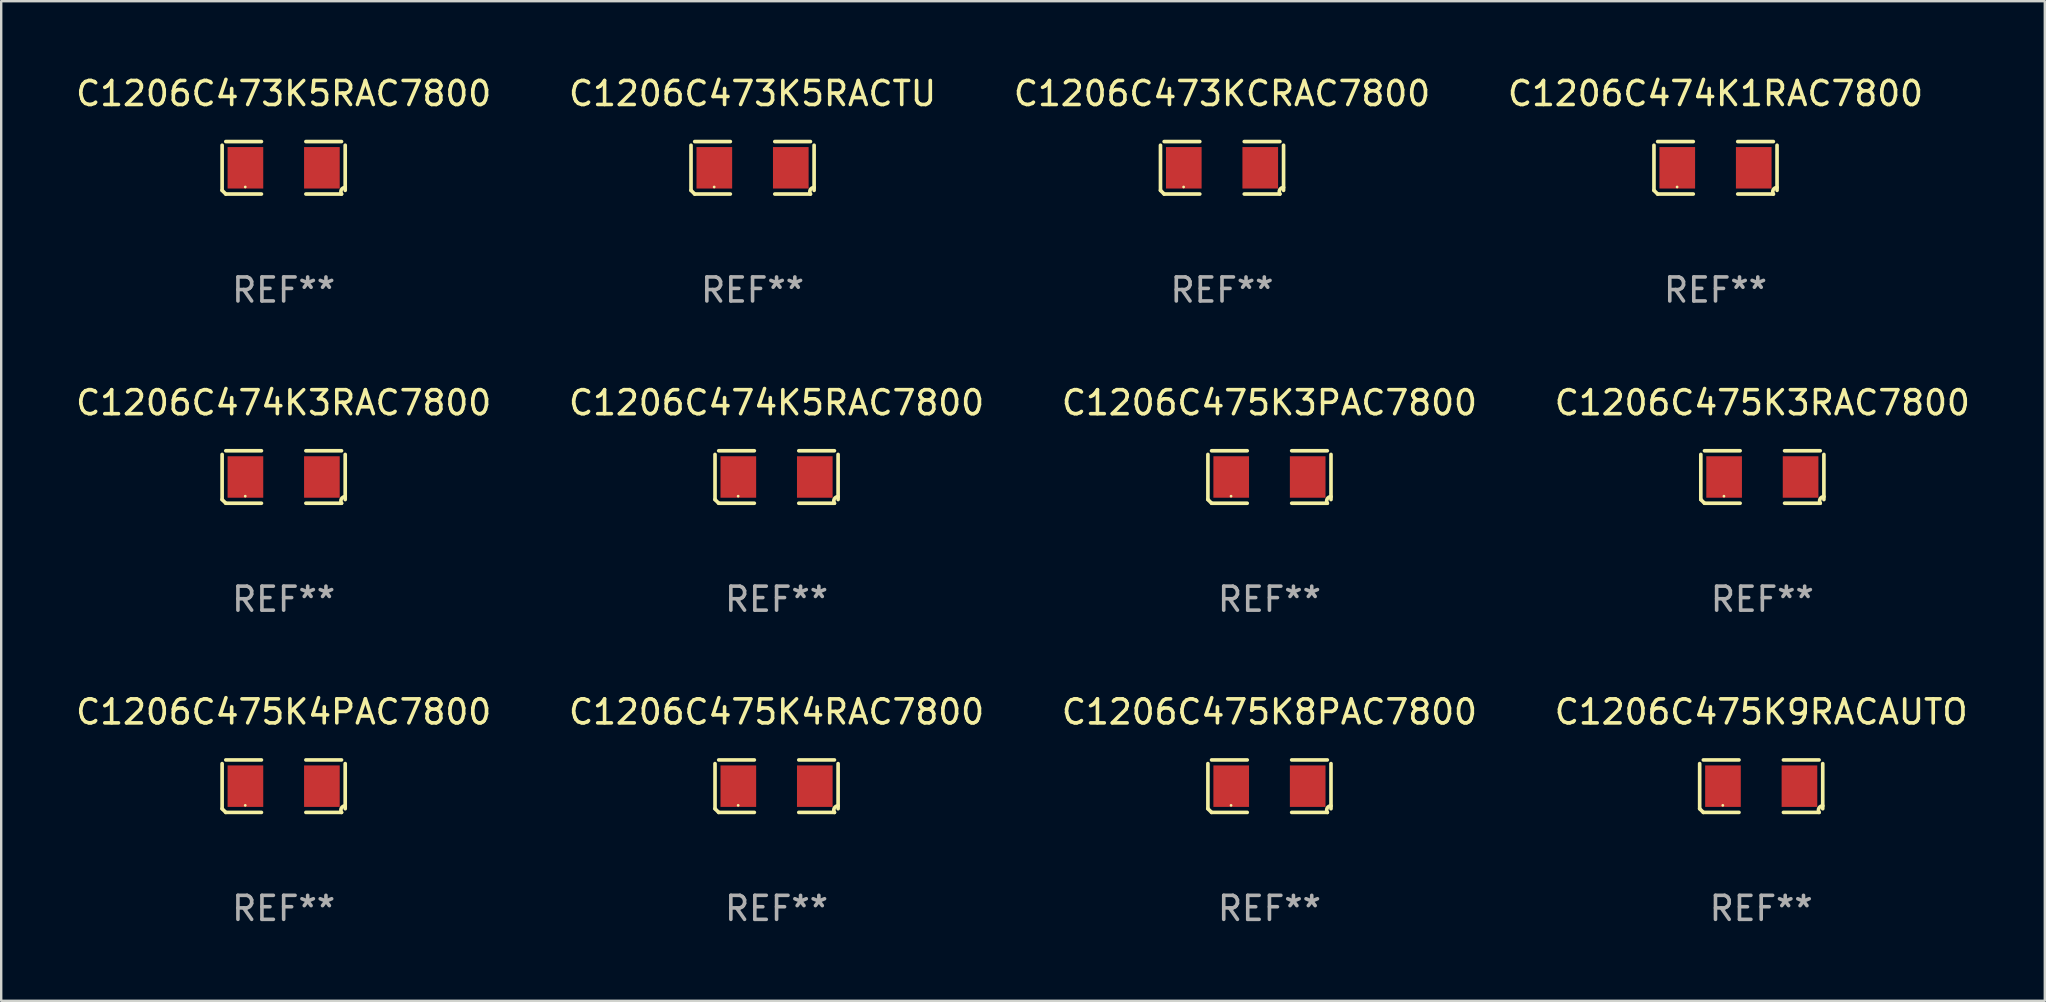
<source format=kicad_pcb>
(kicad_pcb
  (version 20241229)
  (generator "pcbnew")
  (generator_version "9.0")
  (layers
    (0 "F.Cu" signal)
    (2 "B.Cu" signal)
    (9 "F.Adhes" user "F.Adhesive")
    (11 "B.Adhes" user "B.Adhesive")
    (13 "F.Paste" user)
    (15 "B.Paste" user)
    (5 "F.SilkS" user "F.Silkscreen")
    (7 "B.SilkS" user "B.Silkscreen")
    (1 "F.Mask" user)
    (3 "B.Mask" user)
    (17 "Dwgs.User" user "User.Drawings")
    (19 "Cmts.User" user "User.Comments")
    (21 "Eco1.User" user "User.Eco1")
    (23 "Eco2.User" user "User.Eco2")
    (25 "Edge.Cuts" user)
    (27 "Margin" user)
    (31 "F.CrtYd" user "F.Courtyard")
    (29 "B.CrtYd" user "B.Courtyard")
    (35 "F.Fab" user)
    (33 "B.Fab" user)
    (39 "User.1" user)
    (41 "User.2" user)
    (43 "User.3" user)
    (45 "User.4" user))
  (footprint "C1206C474K5RAC7800"
    (layer "F.Cu")
    (at 29.304 16.823)
    (property "Reference" "C1206C474K5RAC7800" (at 0 -3.093 0) (layer "F.SilkS") (effects (font (size 1 1) (thickness 0.15))))
    (attr through_hole)
    (fp_line (start -2.564 0.94) (end -2.564 -0.94) (stroke (width 0.152) (type solid)) (layer "F.SilkS"))
    (fp_line (start -2.411 -1.093) (end -0.926 -1.093) (stroke (width 0.152) (type solid)) (layer "F.SilkS"))
    (fp_line (start -0.926 1.093) (end -2.411 1.093) (stroke (width 0.152) (type solid)) (layer "F.SilkS"))
    (fp_line (start 0.926 1.093) (end 2.411 1.093) (stroke (width 0.152) (type solid)) (layer "F.SilkS"))
    (fp_line (start 2.411 -1.093) (end 0.926 -1.093) (stroke (width 0.152) (type solid)) (layer "F.SilkS"))
    (fp_line (start 2.564 0.94) (end 2.564 -0.94) (stroke (width 0.152) (type solid)) (layer "F.SilkS"))
    (fp_arc (start -2.411201 1.092609) (mid -2.487413 1.01642) (end -2.563602 0.940208) (stroke (width 0.1524) (type solid)) (layer "F.SilkS"))
    (fp_arc (start 2.411201 1.092609) (mid 2.407159 0.911226) (end 2.563602 0.819347) (stroke (width 0.1524) (type solid)) (layer "F.SilkS"))
    (fp_circle (center -1.6 0.8) (end -1.57 0.8) (stroke (width 0.06) (type solid)) (fill no) (layer "F.SilkS"))
    (fp_text user "REF**" (at 0 5.093 0) (layer "F.Fab") (effects (font (size 1 1) (thickness 0.15))))
    (pad "1" smd rect (at -1.593 0) (size 1.485 1.728) (layers "F.Cu" "F.Mask" "F.Paste"))
    (pad "2" smd rect (at 1.593 0) (size 1.485 1.728) (layers "F.Cu" "F.Mask" "F.Paste")))
  (footprint "C1206C475K3PAC7800"
    (layer "F.Cu")
    (at 49.839 16.823)
    (property "Reference" "C1206C475K3PAC7800" (at 0 -3.093 0) (layer "F.SilkS") (effects (font (size 1 1) (thickness 0.15))))
    (attr through_hole)
    (fp_line (start -2.564 0.94) (end -2.564 -0.94) (stroke (width 0.152) (type solid)) (layer "F.SilkS"))
    (fp_line (start -2.411 -1.093) (end -0.926 -1.093) (stroke (width 0.152) (type solid)) (layer "F.SilkS"))
    (fp_line (start -0.926 1.093) (end -2.411 1.093) (stroke (width 0.152) (type solid)) (layer "F.SilkS"))
    (fp_line (start 0.926 1.093) (end 2.411 1.093) (stroke (width 0.152) (type solid)) (layer "F.SilkS"))
    (fp_line (start 2.411 -1.093) (end 0.926 -1.093) (stroke (width 0.152) (type solid)) (layer "F.SilkS"))
    (fp_line (start 2.564 0.94) (end 2.564 -0.94) (stroke (width 0.152) (type solid)) (layer "F.SilkS"))
    (fp_arc (start -2.411201 1.092609) (mid -2.487413 1.01642) (end -2.563602 0.940208) (stroke (width 0.1524) (type solid)) (layer "F.SilkS"))
    (fp_arc (start 2.411201 1.092609) (mid 2.407159 0.911226) (end 2.563602 0.819347) (stroke (width 0.1524) (type solid)) (layer "F.SilkS"))
    (fp_circle (center -1.6 0.8) (end -1.57 0.8) (stroke (width 0.06) (type solid)) (fill no) (layer "F.SilkS"))
    (fp_text user "REF**" (at 0 5.093 0) (layer "F.Fab") (effects (font (size 1 1) (thickness 0.15))))
    (pad "1" smd rect (at -1.593 0) (size 1.485 1.728) (layers "F.Cu" "F.Mask" "F.Paste"))
    (pad "2" smd rect (at 1.593 0) (size 1.485 1.728) (layers "F.Cu" "F.Mask" "F.Paste")))
  (footprint "C1206C475K4RAC7800"
    (layer "F.Cu")
    (at 29.304 29.704)
    (property "Reference" "C1206C475K4RAC7800" (at 0 -3.093 0) (layer "F.SilkS") (effects (font (size 1 1) (thickness 0.15))))
    (attr through_hole)
    (fp_line (start -2.564 0.94) (end -2.564 -0.94) (stroke (width 0.152) (type solid)) (layer "F.SilkS"))
    (fp_line (start -2.411 -1.093) (end -0.926 -1.093) (stroke (width 0.152) (type solid)) (layer "F.SilkS"))
    (fp_line (start -0.926 1.093) (end -2.411 1.093) (stroke (width 0.152) (type solid)) (layer "F.SilkS"))
    (fp_line (start 0.926 1.093) (end 2.411 1.093) (stroke (width 0.152) (type solid)) (layer "F.SilkS"))
    (fp_line (start 2.411 -1.093) (end 0.926 -1.093) (stroke (width 0.152) (type solid)) (layer "F.SilkS"))
    (fp_line (start 2.564 0.94) (end 2.564 -0.94) (stroke (width 0.152) (type solid)) (layer "F.SilkS"))
    (fp_arc (start -2.411201 1.092609) (mid -2.487413 1.01642) (end -2.563602 0.940208) (stroke (width 0.1524) (type solid)) (layer "F.SilkS"))
    (fp_arc (start 2.411201 1.092609) (mid 2.407159 0.911226) (end 2.563602 0.819347) (stroke (width 0.1524) (type solid)) (layer "F.SilkS"))
    (fp_circle (center -1.6 0.8) (end -1.57 0.8) (stroke (width 0.06) (type solid)) (fill no) (layer "F.SilkS"))
    (fp_text user "REF**" (at 0 5.093 0) (layer "F.Fab") (effects (font (size 1 1) (thickness 0.15))))
    (pad "1" smd rect (at -1.593 0) (size 1.485 1.728) (layers "F.Cu" "F.Mask" "F.Paste"))
    (pad "2" smd rect (at 1.593 0) (size 1.485 1.728) (layers "F.Cu" "F.Mask" "F.Paste")))
  (footprint "C1206C475K8PAC7800"
    (layer "F.Cu")
    (at 49.839 29.704)
    (property "Reference" "C1206C475K8PAC7800" (at 0 -3.093 0) (layer "F.SilkS") (effects (font (size 1 1) (thickness 0.15))))
    (attr through_hole)
    (fp_line (start -2.564 0.94) (end -2.564 -0.94) (stroke (width 0.152) (type solid)) (layer "F.SilkS"))
    (fp_line (start -2.411 -1.093) (end -0.926 -1.093) (stroke (width 0.152) (type solid)) (layer "F.SilkS"))
    (fp_line (start -0.926 1.093) (end -2.411 1.093) (stroke (width 0.152) (type solid)) (layer "F.SilkS"))
    (fp_line (start 0.926 1.093) (end 2.411 1.093) (stroke (width 0.152) (type solid)) (layer "F.SilkS"))
    (fp_line (start 2.411 -1.093) (end 0.926 -1.093) (stroke (width 0.152) (type solid)) (layer "F.SilkS"))
    (fp_line (start 2.564 0.94) (end 2.564 -0.94) (stroke (width 0.152) (type solid)) (layer "F.SilkS"))
    (fp_arc (start -2.411201 1.092609) (mid -2.487413 1.01642) (end -2.563602 0.940208) (stroke (width 0.1524) (type solid)) (layer "F.SilkS"))
    (fp_arc (start 2.411201 1.092609) (mid 2.407159 0.911226) (end 2.563602 0.819347) (stroke (width 0.1524) (type solid)) (layer "F.SilkS"))
    (fp_circle (center -1.6 0.8) (end -1.57 0.8) (stroke (width 0.06) (type solid)) (fill no) (layer "F.SilkS"))
    (fp_text user "REF**" (at 0 5.093 0) (layer "F.Fab") (effects (font (size 1 1) (thickness 0.15))))
    (pad "1" smd rect (at -1.593 0) (size 1.485 1.728) (layers "F.Cu" "F.Mask" "F.Paste"))
    (pad "2" smd rect (at 1.593 0) (size 1.485 1.728) (layers "F.Cu" "F.Mask" "F.Paste")))
  (footprint "C1206C473K5RACTU"
    (layer "F.Cu")
    (at 28.304 3.941)
    (property "Reference" "C1206C473K5RACTU" (at 0 -3.093 0) (layer "F.SilkS") (effects (font (size 1 1) (thickness 0.15))))
    (attr through_hole)
    (fp_line (start -2.564 0.94) (end -2.564 -0.94) (stroke (width 0.152) (type solid)) (layer "F.SilkS"))
    (fp_line (start -2.411 -1.093) (end -0.926 -1.093) (stroke (width 0.152) (type solid)) (layer "F.SilkS"))
    (fp_line (start -0.926 1.093) (end -2.411 1.093) (stroke (width 0.152) (type solid)) (layer "F.SilkS"))
    (fp_line (start 0.926 1.093) (end 2.411 1.093) (stroke (width 0.152) (type solid)) (layer "F.SilkS"))
    (fp_line (start 2.411 -1.093) (end 0.926 -1.093) (stroke (width 0.152) (type solid)) (layer "F.SilkS"))
    (fp_line (start 2.564 0.94) (end 2.564 -0.94) (stroke (width 0.152) (type solid)) (layer "F.SilkS"))
    (fp_arc (start -2.411201 1.092609) (mid -2.487413 1.01642) (end -2.563602 0.940208) (stroke (width 0.1524) (type solid)) (layer "F.SilkS"))
    (fp_arc (start 2.411201 1.092609) (mid 2.407159 0.911226) (end 2.563602 0.819347) (stroke (width 0.1524) (type solid)) (layer "F.SilkS"))
    (fp_circle (center -1.6 0.8) (end -1.57 0.8) (stroke (width 0.06) (type solid)) (fill no) (layer "F.SilkS"))
    (fp_text user "REF**" (at 0 5.093 0) (layer "F.Fab") (effects (font (size 1 1) (thickness 0.15))))
    (pad "1" smd rect (at -1.593 0) (size 1.485 1.728) (layers "F.Cu" "F.Mask" "F.Paste"))
    (pad "2" smd rect (at 1.593 0) (size 1.485 1.728) (layers "F.Cu" "F.Mask" "F.Paste")))
  (footprint "C1206C475K9RACAUTO"
    (layer "F.Cu")
    (at 70.327 29.704)
    (property "Reference" "C1206C475K9RACAUTO" (at 0 -3.093 0) (layer "F.SilkS") (effects (font (size 1 1) (thickness 0.15))))
    (attr through_hole)
    (fp_line (start -2.564 0.94) (end -2.564 -0.94) (stroke (width 0.152) (type solid)) (layer "F.SilkS"))
    (fp_line (start -2.411 -1.093) (end -0.926 -1.093) (stroke (width 0.152) (type solid)) (layer "F.SilkS"))
    (fp_line (start -0.926 1.093) (end -2.411 1.093) (stroke (width 0.152) (type solid)) (layer "F.SilkS"))
    (fp_line (start 0.926 1.093) (end 2.411 1.093) (stroke (width 0.152) (type solid)) (layer "F.SilkS"))
    (fp_line (start 2.411 -1.093) (end 0.926 -1.093) (stroke (width 0.152) (type solid)) (layer "F.SilkS"))
    (fp_line (start 2.564 0.94) (end 2.564 -0.94) (stroke (width 0.152) (type solid)) (layer "F.SilkS"))
    (fp_arc (start -2.411201 1.092609) (mid -2.487413 1.01642) (end -2.563602 0.940208) (stroke (width 0.1524) (type solid)) (layer "F.SilkS"))
    (fp_arc (start 2.411201 1.092609) (mid 2.407159 0.911226) (end 2.563602 0.819347) (stroke (width 0.1524) (type solid)) (layer "F.SilkS"))
    (fp_circle (center -1.6 0.8) (end -1.57 0.8) (stroke (width 0.06) (type solid)) (fill no) (layer "F.SilkS"))
    (fp_text user "REF**" (at 0 5.093 0) (layer "F.Fab") (effects (font (size 1 1) (thickness 0.15))))
    (pad "1" smd rect (at -1.593 0) (size 1.485 1.728) (layers "F.Cu" "F.Mask" "F.Paste"))
    (pad "2" smd rect (at 1.593 0) (size 1.485 1.728) (layers "F.Cu" "F.Mask" "F.Paste")))
  (footprint "C1206C473KCRAC7800"
    (layer "F.Cu")
    (at 47.863 3.941)
    (property "Reference" "C1206C473KCRAC7800" (at 0 -3.093 0) (layer "F.SilkS") (effects (font (size 1 1) (thickness 0.15))))
    (attr through_hole)
    (fp_line (start -2.564 0.94) (end -2.564 -0.94) (stroke (width 0.152) (type solid)) (layer "F.SilkS"))
    (fp_line (start -2.411 -1.093) (end -0.926 -1.093) (stroke (width 0.152) (type solid)) (layer "F.SilkS"))
    (fp_line (start -0.926 1.093) (end -2.411 1.093) (stroke (width 0.152) (type solid)) (layer "F.SilkS"))
    (fp_line (start 0.926 1.093) (end 2.411 1.093) (stroke (width 0.152) (type solid)) (layer "F.SilkS"))
    (fp_line (start 2.411 -1.093) (end 0.926 -1.093) (stroke (width 0.152) (type solid)) (layer "F.SilkS"))
    (fp_line (start 2.564 0.94) (end 2.564 -0.94) (stroke (width 0.152) (type solid)) (layer "F.SilkS"))
    (fp_arc (start -2.411201 1.092609) (mid -2.487413 1.01642) (end -2.563602 0.940208) (stroke (width 0.1524) (type solid)) (layer "F.SilkS"))
    (fp_arc (start 2.411201 1.092609) (mid 2.407159 0.911226) (end 2.563602 0.819347) (stroke (width 0.1524) (type solid)) (layer "F.SilkS"))
    (fp_circle (center -1.6 0.8) (end -1.57 0.8) (stroke (width 0.06) (type solid)) (fill no) (layer "F.SilkS"))
    (fp_text user "REF**" (at 0 5.093 0) (layer "F.Fab") (effects (font (size 1 1) (thickness 0.15))))
    (pad "1" smd rect (at -1.593 0) (size 1.485 1.728) (layers "F.Cu" "F.Mask" "F.Paste"))
    (pad "2" smd rect (at 1.593 0) (size 1.485 1.728) (layers "F.Cu" "F.Mask" "F.Paste")))
  (footprint "C1206C474K3RAC7800"
    (layer "F.Cu")
    (at 8.768 16.823)
    (property "Reference" "C1206C474K3RAC7800" (at 0 -3.093 0) (layer "F.SilkS") (effects (font (size 1 1) (thickness 0.15))))
    (attr through_hole)
    (fp_line (start -2.564 0.94) (end -2.564 -0.94) (stroke (width 0.152) (type solid)) (layer "F.SilkS"))
    (fp_line (start -2.411 -1.093) (end -0.926 -1.093) (stroke (width 0.152) (type solid)) (layer "F.SilkS"))
    (fp_line (start -0.926 1.093) (end -2.411 1.093) (stroke (width 0.152) (type solid)) (layer "F.SilkS"))
    (fp_line (start 0.926 1.093) (end 2.411 1.093) (stroke (width 0.152) (type solid)) (layer "F.SilkS"))
    (fp_line (start 2.411 -1.093) (end 0.926 -1.093) (stroke (width 0.152) (type solid)) (layer "F.SilkS"))
    (fp_line (start 2.564 0.94) (end 2.564 -0.94) (stroke (width 0.152) (type solid)) (layer "F.SilkS"))
    (fp_arc (start -2.411201 1.092609) (mid -2.487413 1.01642) (end -2.563602 0.940208) (stroke (width 0.1524) (type solid)) (layer "F.SilkS"))
    (fp_arc (start 2.411201 1.092609) (mid 2.407159 0.911226) (end 2.563602 0.819347) (stroke (width 0.1524) (type solid)) (layer "F.SilkS"))
    (fp_circle (center -1.6 0.8) (end -1.57 0.8) (stroke (width 0.06) (type solid)) (fill no) (layer "F.SilkS"))
    (fp_text user "REF**" (at 0 5.093 0) (layer "F.Fab") (effects (font (size 1 1) (thickness 0.15))))
    (pad "1" smd rect (at -1.593 0) (size 1.485 1.728) (layers "F.Cu" "F.Mask" "F.Paste"))
    (pad "2" smd rect (at 1.593 0) (size 1.485 1.728) (layers "F.Cu" "F.Mask" "F.Paste")))
  (footprint "C1206C473K5RAC7800"
    (layer "F.Cu")
    (at 8.768 3.941)
    (property "Reference" "C1206C473K5RAC7800" (at 0 -3.093 0) (layer "F.SilkS") (effects (font (size 1 1) (thickness 0.15))))
    (attr through_hole)
    (fp_line (start -2.564 0.94) (end -2.564 -0.94) (stroke (width 0.152) (type solid)) (layer "F.SilkS"))
    (fp_line (start -2.411 -1.093) (end -0.926 -1.093) (stroke (width 0.152) (type solid)) (layer "F.SilkS"))
    (fp_line (start -0.926 1.093) (end -2.411 1.093) (stroke (width 0.152) (type solid)) (layer "F.SilkS"))
    (fp_line (start 0.926 1.093) (end 2.411 1.093) (stroke (width 0.152) (type solid)) (layer "F.SilkS"))
    (fp_line (start 2.411 -1.093) (end 0.926 -1.093) (stroke (width 0.152) (type solid)) (layer "F.SilkS"))
    (fp_line (start 2.564 0.94) (end 2.564 -0.94) (stroke (width 0.152) (type solid)) (layer "F.SilkS"))
    (fp_arc (start -2.411201 1.092609) (mid -2.487413 1.01642) (end -2.563602 0.940208) (stroke (width 0.1524) (type solid)) (layer "F.SilkS"))
    (fp_arc (start 2.411201 1.092609) (mid 2.407159 0.911226) (end 2.563602 0.819347) (stroke (width 0.1524) (type solid)) (layer "F.SilkS"))
    (fp_circle (center -1.6 0.8) (end -1.57 0.8) (stroke (width 0.06) (type solid)) (fill no) (layer "F.SilkS"))
    (fp_text user "REF**" (at 0 5.093 0) (layer "F.Fab") (effects (font (size 1 1) (thickness 0.15))))
    (pad "1" smd rect (at -1.593 0) (size 1.485 1.728) (layers "F.Cu" "F.Mask" "F.Paste"))
    (pad "2" smd rect (at 1.593 0) (size 1.485 1.728) (layers "F.Cu" "F.Mask" "F.Paste")))
  (footprint "C1206C475K4PAC7800"
    (layer "F.Cu")
    (at 8.768 29.704)
    (property "Reference" "C1206C475K4PAC7800" (at 0 -3.093 0) (layer "F.SilkS") (effects (font (size 1 1) (thickness 0.15))))
    (attr through_hole)
    (fp_line (start -2.564 0.94) (end -2.564 -0.94) (stroke (width 0.152) (type solid)) (layer "F.SilkS"))
    (fp_line (start -2.411 -1.093) (end -0.926 -1.093) (stroke (width 0.152) (type solid)) (layer "F.SilkS"))
    (fp_line (start -0.926 1.093) (end -2.411 1.093) (stroke (width 0.152) (type solid)) (layer "F.SilkS"))
    (fp_line (start 0.926 1.093) (end 2.411 1.093) (stroke (width 0.152) (type solid)) (layer "F.SilkS"))
    (fp_line (start 2.411 -1.093) (end 0.926 -1.093) (stroke (width 0.152) (type solid)) (layer "F.SilkS"))
    (fp_line (start 2.564 0.94) (end 2.564 -0.94) (stroke (width 0.152) (type solid)) (layer "F.SilkS"))
    (fp_arc (start -2.411201 1.092609) (mid -2.487413 1.01642) (end -2.563602 0.940208) (stroke (width 0.1524) (type solid)) (layer "F.SilkS"))
    (fp_arc (start 2.411201 1.092609) (mid 2.407159 0.911226) (end 2.563602 0.819347) (stroke (width 0.1524) (type solid)) (layer "F.SilkS"))
    (fp_circle (center -1.6 0.8) (end -1.57 0.8) (stroke (width 0.06) (type solid)) (fill no) (layer "F.SilkS"))
    (fp_text user "REF**" (at 0 5.093 0) (layer "F.Fab") (effects (font (size 1 1) (thickness 0.15))))
    (pad "1" smd rect (at -1.593 0) (size 1.485 1.728) (layers "F.Cu" "F.Mask" "F.Paste"))
    (pad "2" smd rect (at 1.593 0) (size 1.485 1.728) (layers "F.Cu" "F.Mask" "F.Paste")))
  (footprint "C1206C474K1RAC7800"
    (layer "F.Cu")
    (at 68.423 3.941)
    (property "Reference" "C1206C474K1RAC7800" (at 0 -3.093 0) (layer "F.SilkS") (effects (font (size 1 1) (thickness 0.15))))
    (attr through_hole)
    (fp_line (start -2.564 0.94) (end -2.564 -0.94) (stroke (width 0.152) (type solid)) (layer "F.SilkS"))
    (fp_line (start -2.411 -1.093) (end -0.926 -1.093) (stroke (width 0.152) (type solid)) (layer "F.SilkS"))
    (fp_line (start -0.926 1.093) (end -2.411 1.093) (stroke (width 0.152) (type solid)) (layer "F.SilkS"))
    (fp_line (start 0.926 1.093) (end 2.411 1.093) (stroke (width 0.152) (type solid)) (layer "F.SilkS"))
    (fp_line (start 2.411 -1.093) (end 0.926 -1.093) (stroke (width 0.152) (type solid)) (layer "F.SilkS"))
    (fp_line (start 2.564 0.94) (end 2.564 -0.94) (stroke (width 0.152) (type solid)) (layer "F.SilkS"))
    (fp_arc (start -2.411201 1.092609) (mid -2.487413 1.01642) (end -2.563602 0.940208) (stroke (width 0.1524) (type solid)) (layer "F.SilkS"))
    (fp_arc (start 2.411201 1.092609) (mid 2.407159 0.911226) (end 2.563602 0.819347) (stroke (width 0.1524) (type solid)) (layer "F.SilkS"))
    (fp_circle (center -1.6 0.8) (end -1.57 0.8) (stroke (width 0.06) (type solid)) (fill no) (layer "F.SilkS"))
    (fp_text user "REF**" (at 0 5.093 0) (layer "F.Fab") (effects (font (size 1 1) (thickness 0.15))))
    (pad "1" smd rect (at -1.593 0) (size 1.485 1.728) (layers "F.Cu" "F.Mask" "F.Paste"))
    (pad "2" smd rect (at 1.593 0) (size 1.485 1.728) (layers "F.Cu" "F.Mask" "F.Paste")))
  (footprint "C1206C475K3RAC7800"
    (layer "F.Cu")
    (at 70.375 16.823)
    (property "Reference" "C1206C475K3RAC7800" (at 0 -3.093 0) (layer "F.SilkS") (effects (font (size 1 1) (thickness 0.15))))
    (attr through_hole)
    (fp_line (start -2.564 0.94) (end -2.564 -0.94) (stroke (width 0.152) (type solid)) (layer "F.SilkS"))
    (fp_line (start -2.411 -1.093) (end -0.926 -1.093) (stroke (width 0.152) (type solid)) (layer "F.SilkS"))
    (fp_line (start -0.926 1.093) (end -2.411 1.093) (stroke (width 0.152) (type solid)) (layer "F.SilkS"))
    (fp_line (start 0.926 1.093) (end 2.411 1.093) (stroke (width 0.152) (type solid)) (layer "F.SilkS"))
    (fp_line (start 2.411 -1.093) (end 0.926 -1.093) (stroke (width 0.152) (type solid)) (layer "F.SilkS"))
    (fp_line (start 2.564 0.94) (end 2.564 -0.94) (stroke (width 0.152) (type solid)) (layer "F.SilkS"))
    (fp_arc (start -2.411201 1.092609) (mid -2.487413 1.01642) (end -2.563602 0.940208) (stroke (width 0.1524) (type solid)) (layer "F.SilkS"))
    (fp_arc (start 2.411201 1.092609) (mid 2.407159 0.911226) (end 2.563602 0.819347) (stroke (width 0.1524) (type solid)) (layer "F.SilkS"))
    (fp_circle (center -1.6 0.8) (end -1.57 0.8) (stroke (width 0.06) (type solid)) (fill no) (layer "F.SilkS"))
    (fp_text user "REF**" (at 0 5.093 0) (layer "F.Fab") (effects (font (size 1 1) (thickness 0.15))))
    (pad "1" smd rect (at -1.593 0) (size 1.485 1.728) (layers "F.Cu" "F.Mask" "F.Paste"))
    (pad "2" smd rect (at 1.593 0) (size 1.485 1.728) (layers "F.Cu" "F.Mask" "F.Paste")))
  (gr_rect
    (start -3 -3)
    (end 82.143 38.645)
    (stroke (width 0.1) (type default))
    (fill no)
    (layer "Edge.Cuts")))
</source>
